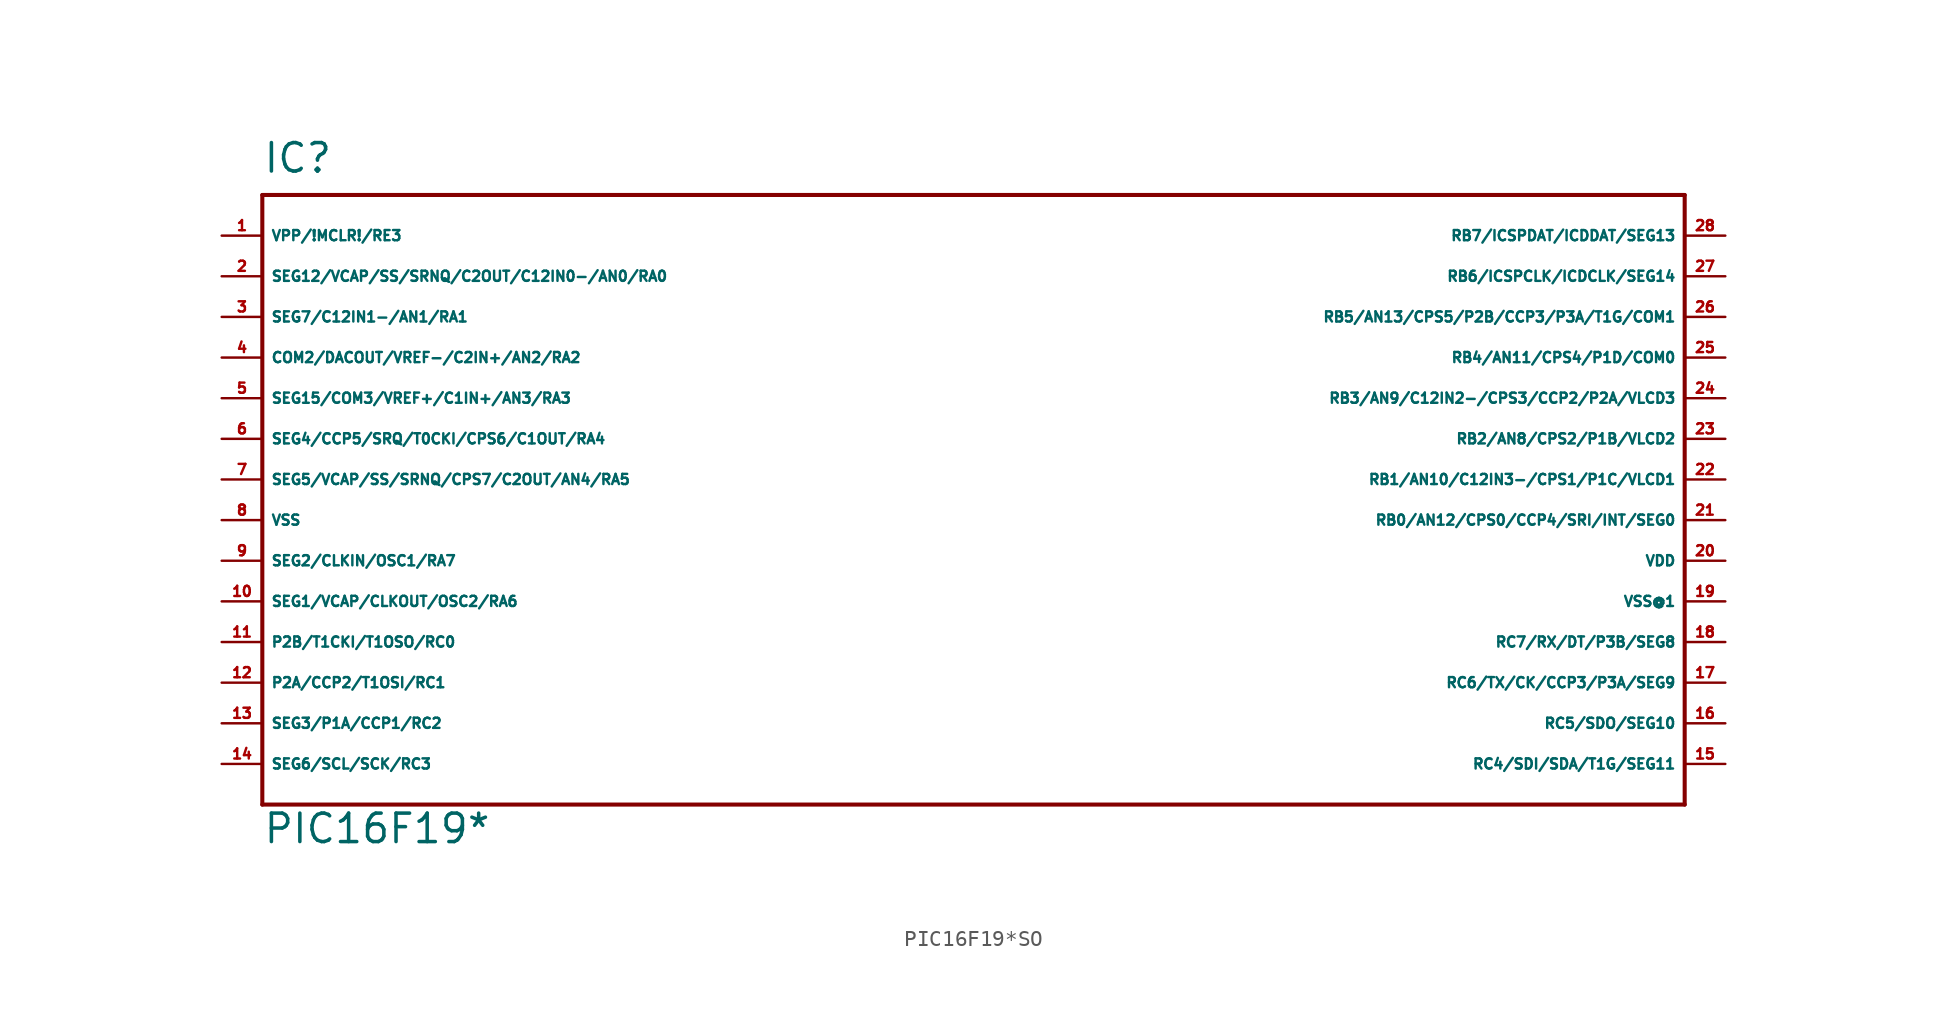
<source format=kicad_sym>
(kicad_symbol_lib
  (version 20220914)
  (generator Eagle2Kicad)
  (symbol "PIC16F19*SO"
    (property "Reference" "IC"
      (at -45.72 19.05 0)
      (effects (font (size 1.778 1.778) (thickness 0.22)) (justify left bottom)))
    (property "Value" "PIC16F19*"
      (at -45.72 -22.86 0)
      (effects (font (size 1.778 1.778) (thickness 0.22)) (justify left bottom)))
    (polyline
      (pts (xy -45.72 -20.32) (xy 43.18 -20.32))
      (stroke (width 0.254) (type default))
      (fill (type none)))
    (polyline
      (pts (xy 43.18 -20.32) (xy 43.18 17.78))
      (stroke (width 0.254) (type default))
      (fill (type none)))
    (polyline
      (pts (xy 43.18 17.78) (xy -45.72 17.78))
      (stroke (width 0.254) (type default))
      (fill (type none)))
    (polyline
      (pts (xy -45.72 17.78) (xy -45.72 -20.32))
      (stroke (width 0.254) (type default))
      (fill (type none)))
    (pin input line
      (at -48.26 15.24 0)
      (length 2.54)
      (name "VPP/!MCLR!/RE3" (effects (font (size 0.635 0.635) (thickness 0.08)) (justify left bottom)))
      (number "1" (effects (font (size 0.635 0.635) (thickness 0.08)) (justify left bottom))))
    (pin bidirectional line
      (at -48.26 12.7 0)
      (length 2.54)
      (name "SEG12/VCAP/SS/SRNQ/C2OUT/C12IN0-/AN0/RA0" (effects (font (size 0.635 0.635) (thickness 0.08)) (justify left bottom)))
      (number "2" (effects (font (size 0.635 0.635) (thickness 0.08)) (justify left bottom))))
    (pin bidirectional line
      (at -48.26 10.16 0)
      (length 2.54)
      (name "SEG7/C12IN1-/AN1/RA1" (effects (font (size 0.635 0.635) (thickness 0.08)) (justify left bottom)))
      (number "3" (effects (font (size 0.635 0.635) (thickness 0.08)) (justify left bottom))))
    (pin bidirectional line
      (at -48.26 7.62 0)
      (length 2.54)
      (name "COM2/DACOUT/VREF-/C2IN+/AN2/RA2" (effects (font (size 0.635 0.635) (thickness 0.08)) (justify left bottom)))
      (number "4" (effects (font (size 0.635 0.635) (thickness 0.08)) (justify left bottom))))
    (pin bidirectional line
      (at -48.26 5.08 0)
      (length 2.54)
      (name "SEG15/COM3/VREF+/C1IN+/AN3/RA3" (effects (font (size 0.635 0.635) (thickness 0.08)) (justify left bottom)))
      (number "5" (effects (font (size 0.635 0.635) (thickness 0.08)) (justify left bottom))))
    (pin bidirectional line
      (at -48.26 2.54 0)
      (length 2.54)
      (name "SEG4/CCP5/SRQ/T0CKI/CPS6/C1OUT/RA4" (effects (font (size 0.635 0.635) (thickness 0.08)) (justify left bottom)))
      (number "6" (effects (font (size 0.635 0.635) (thickness 0.08)) (justify left bottom))))
    (pin bidirectional line
      (at -48.26 0 0)
      (length 2.54)
      (name "SEG5/VCAP/SS/SRNQ/CPS7/C2OUT/AN4/RA5" (effects (font (size 0.635 0.635) (thickness 0.08)) (justify left bottom)))
      (number "7" (effects (font (size 0.635 0.635) (thickness 0.08)) (justify left bottom))))
    (pin unspecified line
      (at -48.26 -2.54 0)
      (length 2.54)
      (name "VSS" (effects (font (size 0.635 0.635) (thickness 0.08)) (justify left bottom)))
      (number "8" (effects (font (size 0.635 0.635) (thickness 0.08)) (justify left bottom))))
    (pin bidirectional line
      (at -48.26 -5.08 0)
      (length 2.54)
      (name "SEG2/CLKIN/OSC1/RA7" (effects (font (size 0.635 0.635) (thickness 0.08)) (justify left bottom)))
      (number "9" (effects (font (size 0.635 0.635) (thickness 0.08)) (justify left bottom))))
    (pin bidirectional line
      (at -48.26 -7.62 0)
      (length 2.54)
      (name "SEG1/VCAP/CLKOUT/OSC2/RA6" (effects (font (size 0.635 0.635) (thickness 0.08)) (justify left bottom)))
      (number "10" (effects (font (size 0.635 0.635) (thickness 0.08)) (justify left bottom))))
    (pin bidirectional line
      (at -48.26 -10.16 0)
      (length 2.54)
      (name "P2B/T1CKI/T1OSO/RC0" (effects (font (size 0.635 0.635) (thickness 0.08)) (justify left bottom)))
      (number "11" (effects (font (size 0.635 0.635) (thickness 0.08)) (justify left bottom))))
    (pin bidirectional line
      (at -48.26 -12.7 0)
      (length 2.54)
      (name "P2A/CCP2/T1OSI/RC1" (effects (font (size 0.635 0.635) (thickness 0.08)) (justify left bottom)))
      (number "12" (effects (font (size 0.635 0.635) (thickness 0.08)) (justify left bottom))))
    (pin bidirectional line
      (at -48.26 -15.24 0)
      (length 2.54)
      (name "SEG3/P1A/CCP1/RC2" (effects (font (size 0.635 0.635) (thickness 0.08)) (justify left bottom)))
      (number "13" (effects (font (size 0.635 0.635) (thickness 0.08)) (justify left bottom))))
    (pin bidirectional line
      (at -48.26 -17.78 0)
      (length 2.54)
      (name "SEG6/SCL/SCK/RC3" (effects (font (size 0.635 0.635) (thickness 0.08)) (justify left bottom)))
      (number "14" (effects (font (size 0.635 0.635) (thickness 0.08)) (justify left bottom))))
    (pin bidirectional line
      (at 45.72 -17.78 180)
      (length 2.54)
      (name "RC4/SDI/SDA/T1G/SEG11" (effects (font (size 0.635 0.635) (thickness 0.08)) (justify left bottom)))
      (number "15" (effects (font (size 0.635 0.635) (thickness 0.08)) (justify left bottom))))
    (pin bidirectional line
      (at 45.72 -15.24 180)
      (length 2.54)
      (name "RC5/SDO/SEG10" (effects (font (size 0.635 0.635) (thickness 0.08)) (justify left bottom)))
      (number "16" (effects (font (size 0.635 0.635) (thickness 0.08)) (justify left bottom))))
    (pin bidirectional line
      (at 45.72 -12.7 180)
      (length 2.54)
      (name "RC6/TX/CK/CCP3/P3A/SEG9" (effects (font (size 0.635 0.635) (thickness 0.08)) (justify left bottom)))
      (number "17" (effects (font (size 0.635 0.635) (thickness 0.08)) (justify left bottom))))
    (pin bidirectional line
      (at 45.72 -10.16 180)
      (length 2.54)
      (name "RC7/RX/DT/P3B/SEG8" (effects (font (size 0.635 0.635) (thickness 0.08)) (justify left bottom)))
      (number "18" (effects (font (size 0.635 0.635) (thickness 0.08)) (justify left bottom))))
    (pin unspecified line
      (at 45.72 -7.62 180)
      (length 2.54)
      (name "VSS@1" (effects (font (size 0.635 0.635) (thickness 0.08)) (justify left bottom)))
      (number "19" (effects (font (size 0.635 0.635) (thickness 0.08)) (justify left bottom))))
    (pin unspecified line
      (at 45.72 -5.08 180)
      (length 2.54)
      (name "VDD" (effects (font (size 0.635 0.635) (thickness 0.08)) (justify left bottom)))
      (number "20" (effects (font (size 0.635 0.635) (thickness 0.08)) (justify left bottom))))
    (pin bidirectional line
      (at 45.72 -2.54 180)
      (length 2.54)
      (name "RB0/AN12/CPS0/CCP4/SRI/INT/SEG0" (effects (font (size 0.635 0.635) (thickness 0.08)) (justify left bottom)))
      (number "21" (effects (font (size 0.635 0.635) (thickness 0.08)) (justify left bottom))))
    (pin bidirectional line
      (at 45.72 0 180)
      (length 2.54)
      (name "RB1/AN10/C12IN3-/CPS1/P1C/VLCD1" (effects (font (size 0.635 0.635) (thickness 0.08)) (justify left bottom)))
      (number "22" (effects (font (size 0.635 0.635) (thickness 0.08)) (justify left bottom))))
    (pin bidirectional line
      (at 45.72 2.54 180)
      (length 2.54)
      (name "RB2/AN8/CPS2/P1B/VLCD2" (effects (font (size 0.635 0.635) (thickness 0.08)) (justify left bottom)))
      (number "23" (effects (font (size 0.635 0.635) (thickness 0.08)) (justify left bottom))))
    (pin bidirectional line
      (at 45.72 5.08 180)
      (length 2.54)
      (name "RB3/AN9/C12IN2-/CPS3/CCP2/P2A/VLCD3" (effects (font (size 0.635 0.635) (thickness 0.08)) (justify left bottom)))
      (number "24" (effects (font (size 0.635 0.635) (thickness 0.08)) (justify left bottom))))
    (pin bidirectional line
      (at 45.72 7.62 180)
      (length 2.54)
      (name "RB4/AN11/CPS4/P1D/COM0" (effects (font (size 0.635 0.635) (thickness 0.08)) (justify left bottom)))
      (number "25" (effects (font (size 0.635 0.635) (thickness 0.08)) (justify left bottom))))
    (pin bidirectional line
      (at 45.72 10.16 180)
      (length 2.54)
      (name "RB5/AN13/CPS5/P2B/CCP3/P3A/T1G/COM1" (effects (font (size 0.635 0.635) (thickness 0.08)) (justify left bottom)))
      (number "26" (effects (font (size 0.635 0.635) (thickness 0.08)) (justify left bottom))))
    (pin bidirectional line
      (at 45.72 12.7 180)
      (length 2.54)
      (name "RB6/ICSPCLK/ICDCLK/SEG14" (effects (font (size 0.635 0.635) (thickness 0.08)) (justify left bottom)))
      (number "27" (effects (font (size 0.635 0.635) (thickness 0.08)) (justify left bottom))))
    (pin bidirectional line
      (at 45.72 15.24 180)
      (length 2.54)
      (name "RB7/ICSPDAT/ICDDAT/SEG13" (effects (font (size 0.635 0.635) (thickness 0.08)) (justify left bottom)))
      (number "28" (effects (font (size 0.635 0.635) (thickness 0.08)) (justify left bottom))))))
</source>
